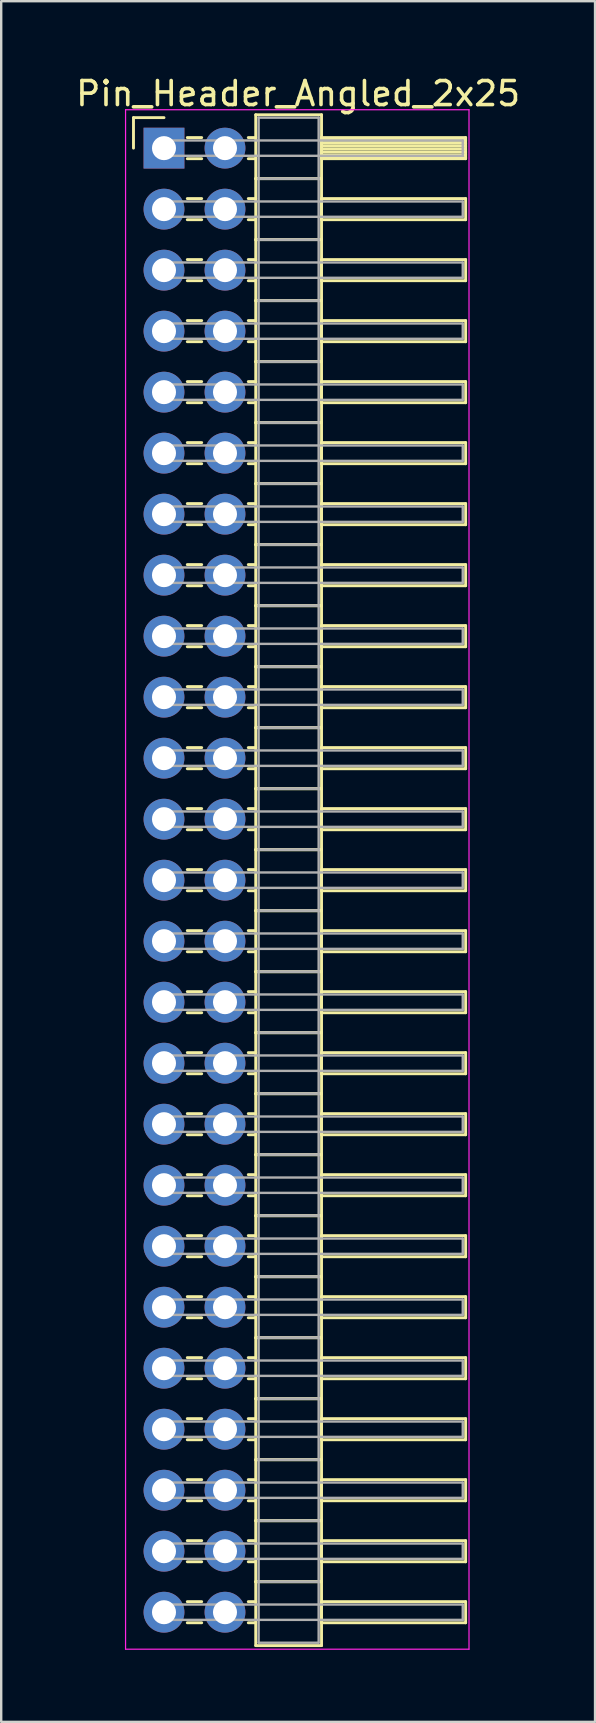
<source format=kicad_pcb>
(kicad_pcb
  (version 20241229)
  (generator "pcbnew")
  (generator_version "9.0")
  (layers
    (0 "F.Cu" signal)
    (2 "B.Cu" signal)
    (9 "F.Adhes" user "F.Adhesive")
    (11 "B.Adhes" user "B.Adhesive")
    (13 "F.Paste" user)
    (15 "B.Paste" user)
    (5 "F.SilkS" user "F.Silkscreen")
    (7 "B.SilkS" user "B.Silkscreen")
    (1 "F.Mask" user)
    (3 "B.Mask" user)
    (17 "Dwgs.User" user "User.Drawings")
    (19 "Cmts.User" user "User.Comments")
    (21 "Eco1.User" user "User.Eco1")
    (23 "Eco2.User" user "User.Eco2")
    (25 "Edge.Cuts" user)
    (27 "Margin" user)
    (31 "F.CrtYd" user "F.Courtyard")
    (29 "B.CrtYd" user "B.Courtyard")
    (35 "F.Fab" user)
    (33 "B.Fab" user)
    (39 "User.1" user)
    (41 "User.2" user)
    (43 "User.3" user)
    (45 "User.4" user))
  (footprint "Pin_Header_Angled_2x25"
    (layer "F.Cu")
    (at 3.778 3.118)
    (property "Reference" "Pin_Header_Angled_2x25" (at 5.585 -2.27 0) (layer "F.SilkS") (effects (font (size 1 1) (thickness 0.15))))
    (attr through_hole)
    (fp_line (start -1.27 -1.27) (end 0 -1.27) (stroke (width 0.12) (type solid)) (layer "F.SilkS"))
    (fp_line (start -1.27 0) (end -1.27 -1.27) (stroke (width 0.12) (type solid)) (layer "F.SilkS"))
    (fp_line (start 0.97 -0.44) (end 1.57 -0.44) (stroke (width 0.12) (type solid)) (layer "F.SilkS"))
    (fp_line (start 0.97 0.44) (end 1.57 0.44) (stroke (width 0.12) (type solid)) (layer "F.SilkS"))
    (fp_line (start 0.97 2.1) (end 1.57 2.1) (stroke (width 0.12) (type solid)) (layer "F.SilkS"))
    (fp_line (start 0.97 2.98) (end 1.57 2.98) (stroke (width 0.12) (type solid)) (layer "F.SilkS"))
    (fp_line (start 0.97 4.64) (end 1.57 4.64) (stroke (width 0.12) (type solid)) (layer "F.SilkS"))
    (fp_line (start 0.97 5.52) (end 1.57 5.52) (stroke (width 0.12) (type solid)) (layer "F.SilkS"))
    (fp_line (start 0.97 7.18) (end 1.57 7.18) (stroke (width 0.12) (type solid)) (layer "F.SilkS"))
    (fp_line (start 0.97 8.06) (end 1.57 8.06) (stroke (width 0.12) (type solid)) (layer "F.SilkS"))
    (fp_line (start 0.97 9.72) (end 1.57 9.72) (stroke (width 0.12) (type solid)) (layer "F.SilkS"))
    (fp_line (start 0.97 10.6) (end 1.57 10.6) (stroke (width 0.12) (type solid)) (layer "F.SilkS"))
    (fp_line (start 0.97 12.26) (end 1.57 12.26) (stroke (width 0.12) (type solid)) (layer "F.SilkS"))
    (fp_line (start 0.97 13.14) (end 1.57 13.14) (stroke (width 0.12) (type solid)) (layer "F.SilkS"))
    (fp_line (start 0.97 14.8) (end 1.57 14.8) (stroke (width 0.12) (type solid)) (layer "F.SilkS"))
    (fp_line (start 0.97 15.68) (end 1.57 15.68) (stroke (width 0.12) (type solid)) (layer "F.SilkS"))
    (fp_line (start 0.97 17.34) (end 1.57 17.34) (stroke (width 0.12) (type solid)) (layer "F.SilkS"))
    (fp_line (start 0.97 18.22) (end 1.57 18.22) (stroke (width 0.12) (type solid)) (layer "F.SilkS"))
    (fp_line (start 0.97 19.88) (end 1.57 19.88) (stroke (width 0.12) (type solid)) (layer "F.SilkS"))
    (fp_line (start 0.97 20.76) (end 1.57 20.76) (stroke (width 0.12) (type solid)) (layer "F.SilkS"))
    (fp_line (start 0.97 22.42) (end 1.57 22.42) (stroke (width 0.12) (type solid)) (layer "F.SilkS"))
    (fp_line (start 0.97 23.3) (end 1.57 23.3) (stroke (width 0.12) (type solid)) (layer "F.SilkS"))
    (fp_line (start 0.97 24.96) (end 1.57 24.96) (stroke (width 0.12) (type solid)) (layer "F.SilkS"))
    (fp_line (start 0.97 25.84) (end 1.57 25.84) (stroke (width 0.12) (type solid)) (layer "F.SilkS"))
    (fp_line (start 0.97 27.5) (end 1.57 27.5) (stroke (width 0.12) (type solid)) (layer "F.SilkS"))
    (fp_line (start 0.97 28.38) (end 1.57 28.38) (stroke (width 0.12) (type solid)) (layer "F.SilkS"))
    (fp_line (start 0.97 30.04) (end 1.57 30.04) (stroke (width 0.12) (type solid)) (layer "F.SilkS"))
    (fp_line (start 0.97 30.92) (end 1.57 30.92) (stroke (width 0.12) (type solid)) (layer "F.SilkS"))
    (fp_line (start 0.97 32.58) (end 1.57 32.58) (stroke (width 0.12) (type solid)) (layer "F.SilkS"))
    (fp_line (start 0.97 33.46) (end 1.57 33.46) (stroke (width 0.12) (type solid)) (layer "F.SilkS"))
    (fp_line (start 0.97 35.12) (end 1.57 35.12) (stroke (width 0.12) (type solid)) (layer "F.SilkS"))
    (fp_line (start 0.97 36) (end 1.57 36) (stroke (width 0.12) (type solid)) (layer "F.SilkS"))
    (fp_line (start 0.97 37.66) (end 1.57 37.66) (stroke (width 0.12) (type solid)) (layer "F.SilkS"))
    (fp_line (start 0.97 38.54) (end 1.57 38.54) (stroke (width 0.12) (type solid)) (layer "F.SilkS"))
    (fp_line (start 0.97 40.2) (end 1.57 40.2) (stroke (width 0.12) (type solid)) (layer "F.SilkS"))
    (fp_line (start 0.97 41.08) (end 1.57 41.08) (stroke (width 0.12) (type solid)) (layer "F.SilkS"))
    (fp_line (start 0.97 42.74) (end 1.57 42.74) (stroke (width 0.12) (type solid)) (layer "F.SilkS"))
    (fp_line (start 0.97 43.62) (end 1.57 43.62) (stroke (width 0.12) (type solid)) (layer "F.SilkS"))
    (fp_line (start 0.97 45.28) (end 1.57 45.28) (stroke (width 0.12) (type solid)) (layer "F.SilkS"))
    (fp_line (start 0.97 46.16) (end 1.57 46.16) (stroke (width 0.12) (type solid)) (layer "F.SilkS"))
    (fp_line (start 0.97 47.82) (end 1.57 47.82) (stroke (width 0.12) (type solid)) (layer "F.SilkS"))
    (fp_line (start 0.97 48.7) (end 1.57 48.7) (stroke (width 0.12) (type solid)) (layer "F.SilkS"))
    (fp_line (start 0.97 50.36) (end 1.57 50.36) (stroke (width 0.12) (type solid)) (layer "F.SilkS"))
    (fp_line (start 0.97 51.24) (end 1.57 51.24) (stroke (width 0.12) (type solid)) (layer "F.SilkS"))
    (fp_line (start 0.97 52.9) (end 1.57 52.9) (stroke (width 0.12) (type solid)) (layer "F.SilkS"))
    (fp_line (start 0.97 53.78) (end 1.57 53.78) (stroke (width 0.12) (type solid)) (layer "F.SilkS"))
    (fp_line (start 0.97 55.44) (end 1.57 55.44) (stroke (width 0.12) (type solid)) (layer "F.SilkS"))
    (fp_line (start 0.97 56.32) (end 1.57 56.32) (stroke (width 0.12) (type solid)) (layer "F.SilkS"))
    (fp_line (start 0.97 57.98) (end 1.57 57.98) (stroke (width 0.12) (type solid)) (layer "F.SilkS"))
    (fp_line (start 0.97 58.86) (end 1.57 58.86) (stroke (width 0.12) (type solid)) (layer "F.SilkS"))
    (fp_line (start 0.97 60.52) (end 1.57 60.52) (stroke (width 0.12) (type solid)) (layer "F.SilkS"))
    (fp_line (start 0.97 61.4) (end 1.57 61.4) (stroke (width 0.12) (type solid)) (layer "F.SilkS"))
    (fp_line (start 3.51 -0.44) (end 3.82 -0.44) (stroke (width 0.12) (type solid)) (layer "F.SilkS"))
    (fp_line (start 3.51 0.44) (end 3.82 0.44) (stroke (width 0.12) (type solid)) (layer "F.SilkS"))
    (fp_line (start 3.51 2.1) (end 3.82 2.1) (stroke (width 0.12) (type solid)) (layer "F.SilkS"))
    (fp_line (start 3.51 2.98) (end 3.82 2.98) (stroke (width 0.12) (type solid)) (layer "F.SilkS"))
    (fp_line (start 3.51 4.64) (end 3.82 4.64) (stroke (width 0.12) (type solid)) (layer "F.SilkS"))
    (fp_line (start 3.51 5.52) (end 3.82 5.52) (stroke (width 0.12) (type solid)) (layer "F.SilkS"))
    (fp_line (start 3.51 7.18) (end 3.82 7.18) (stroke (width 0.12) (type solid)) (layer "F.SilkS"))
    (fp_line (start 3.51 8.06) (end 3.82 8.06) (stroke (width 0.12) (type solid)) (layer "F.SilkS"))
    (fp_line (start 3.51 9.72) (end 3.82 9.72) (stroke (width 0.12) (type solid)) (layer "F.SilkS"))
    (fp_line (start 3.51 10.6) (end 3.82 10.6) (stroke (width 0.12) (type solid)) (layer "F.SilkS"))
    (fp_line (start 3.51 12.26) (end 3.82 12.26) (stroke (width 0.12) (type solid)) (layer "F.SilkS"))
    (fp_line (start 3.51 13.14) (end 3.82 13.14) (stroke (width 0.12) (type solid)) (layer "F.SilkS"))
    (fp_line (start 3.51 14.8) (end 3.82 14.8) (stroke (width 0.12) (type solid)) (layer "F.SilkS"))
    (fp_line (start 3.51 15.68) (end 3.82 15.68) (stroke (width 0.12) (type solid)) (layer "F.SilkS"))
    (fp_line (start 3.51 17.34) (end 3.82 17.34) (stroke (width 0.12) (type solid)) (layer "F.SilkS"))
    (fp_line (start 3.51 18.22) (end 3.82 18.22) (stroke (width 0.12) (type solid)) (layer "F.SilkS"))
    (fp_line (start 3.51 19.88) (end 3.82 19.88) (stroke (width 0.12) (type solid)) (layer "F.SilkS"))
    (fp_line (start 3.51 20.76) (end 3.82 20.76) (stroke (width 0.12) (type solid)) (layer "F.SilkS"))
    (fp_line (start 3.51 22.42) (end 3.82 22.42) (stroke (width 0.12) (type solid)) (layer "F.SilkS"))
    (fp_line (start 3.51 23.3) (end 3.82 23.3) (stroke (width 0.12) (type solid)) (layer "F.SilkS"))
    (fp_line (start 3.51 24.96) (end 3.82 24.96) (stroke (width 0.12) (type solid)) (layer "F.SilkS"))
    (fp_line (start 3.51 25.84) (end 3.82 25.84) (stroke (width 0.12) (type solid)) (layer "F.SilkS"))
    (fp_line (start 3.51 27.5) (end 3.82 27.5) (stroke (width 0.12) (type solid)) (layer "F.SilkS"))
    (fp_line (start 3.51 28.38) (end 3.82 28.38) (stroke (width 0.12) (type solid)) (layer "F.SilkS"))
    (fp_line (start 3.51 30.04) (end 3.82 30.04) (stroke (width 0.12) (type solid)) (layer "F.SilkS"))
    (fp_line (start 3.51 30.92) (end 3.82 30.92) (stroke (width 0.12) (type solid)) (layer "F.SilkS"))
    (fp_line (start 3.51 32.58) (end 3.82 32.58) (stroke (width 0.12) (type solid)) (layer "F.SilkS"))
    (fp_line (start 3.51 33.46) (end 3.82 33.46) (stroke (width 0.12) (type solid)) (layer "F.SilkS"))
    (fp_line (start 3.51 35.12) (end 3.82 35.12) (stroke (width 0.12) (type solid)) (layer "F.SilkS"))
    (fp_line (start 3.51 36) (end 3.82 36) (stroke (width 0.12) (type solid)) (layer "F.SilkS"))
    (fp_line (start 3.51 37.66) (end 3.82 37.66) (stroke (width 0.12) (type solid)) (layer "F.SilkS"))
    (fp_line (start 3.51 38.54) (end 3.82 38.54) (stroke (width 0.12) (type solid)) (layer "F.SilkS"))
    (fp_line (start 3.51 40.2) (end 3.82 40.2) (stroke (width 0.12) (type solid)) (layer "F.SilkS"))
    (fp_line (start 3.51 41.08) (end 3.82 41.08) (stroke (width 0.12) (type solid)) (layer "F.SilkS"))
    (fp_line (start 3.51 42.74) (end 3.82 42.74) (stroke (width 0.12) (type solid)) (layer "F.SilkS"))
    (fp_line (start 3.51 43.62) (end 3.82 43.62) (stroke (width 0.12) (type solid)) (layer "F.SilkS"))
    (fp_line (start 3.51 45.28) (end 3.82 45.28) (stroke (width 0.12) (type solid)) (layer "F.SilkS"))
    (fp_line (start 3.51 46.16) (end 3.82 46.16) (stroke (width 0.12) (type solid)) (layer "F.SilkS"))
    (fp_line (start 3.51 47.82) (end 3.82 47.82) (stroke (width 0.12) (type solid)) (layer "F.SilkS"))
    (fp_line (start 3.51 48.7) (end 3.82 48.7) (stroke (width 0.12) (type solid)) (layer "F.SilkS"))
    (fp_line (start 3.51 50.36) (end 3.82 50.36) (stroke (width 0.12) (type solid)) (layer "F.SilkS"))
    (fp_line (start 3.51 51.24) (end 3.82 51.24) (stroke (width 0.12) (type solid)) (layer "F.SilkS"))
    (fp_line (start 3.51 52.9) (end 3.82 52.9) (stroke (width 0.12) (type solid)) (layer "F.SilkS"))
    (fp_line (start 3.51 53.78) (end 3.82 53.78) (stroke (width 0.12) (type solid)) (layer "F.SilkS"))
    (fp_line (start 3.51 55.44) (end 3.82 55.44) (stroke (width 0.12) (type solid)) (layer "F.SilkS"))
    (fp_line (start 3.51 56.32) (end 3.82 56.32) (stroke (width 0.12) (type solid)) (layer "F.SilkS"))
    (fp_line (start 3.51 57.98) (end 3.82 57.98) (stroke (width 0.12) (type solid)) (layer "F.SilkS"))
    (fp_line (start 3.51 58.86) (end 3.82 58.86) (stroke (width 0.12) (type solid)) (layer "F.SilkS"))
    (fp_line (start 3.51 60.52) (end 3.82 60.52) (stroke (width 0.12) (type solid)) (layer "F.SilkS"))
    (fp_line (start 3.51 61.4) (end 3.82 61.4) (stroke (width 0.12) (type solid)) (layer "F.SilkS"))
    (fp_line (start 3.82 -1.39) (end 3.82 1.27) (stroke (width 0.12) (type solid)) (layer "F.SilkS"))
    (fp_line (start 3.82 1.27) (end 3.82 3.81) (stroke (width 0.12) (type solid)) (layer "F.SilkS"))
    (fp_line (start 3.82 1.27) (end 6.56 1.27) (stroke (width 0.12) (type solid)) (layer "F.SilkS"))
    (fp_line (start 3.82 3.81) (end 3.82 6.35) (stroke (width 0.12) (type solid)) (layer "F.SilkS"))
    (fp_line (start 3.82 3.81) (end 6.56 3.81) (stroke (width 0.12) (type solid)) (layer "F.SilkS"))
    (fp_line (start 3.82 6.35) (end 3.82 8.89) (stroke (width 0.12) (type solid)) (layer "F.SilkS"))
    (fp_line (start 3.82 6.35) (end 6.56 6.35) (stroke (width 0.12) (type solid)) (layer "F.SilkS"))
    (fp_line (start 3.82 8.89) (end 3.82 11.43) (stroke (width 0.12) (type solid)) (layer "F.SilkS"))
    (fp_line (start 3.82 8.89) (end 6.56 8.89) (stroke (width 0.12) (type solid)) (layer "F.SilkS"))
    (fp_line (start 3.82 11.43) (end 3.82 13.97) (stroke (width 0.12) (type solid)) (layer "F.SilkS"))
    (fp_line (start 3.82 11.43) (end 6.56 11.43) (stroke (width 0.12) (type solid)) (layer "F.SilkS"))
    (fp_line (start 3.82 13.97) (end 3.82 16.51) (stroke (width 0.12) (type solid)) (layer "F.SilkS"))
    (fp_line (start 3.82 13.97) (end 6.56 13.97) (stroke (width 0.12) (type solid)) (layer "F.SilkS"))
    (fp_line (start 3.82 16.51) (end 3.82 19.05) (stroke (width 0.12) (type solid)) (layer "F.SilkS"))
    (fp_line (start 3.82 16.51) (end 6.56 16.51) (stroke (width 0.12) (type solid)) (layer "F.SilkS"))
    (fp_line (start 3.82 19.05) (end 3.82 21.59) (stroke (width 0.12) (type solid)) (layer "F.SilkS"))
    (fp_line (start 3.82 19.05) (end 6.56 19.05) (stroke (width 0.12) (type solid)) (layer "F.SilkS"))
    (fp_line (start 3.82 21.59) (end 3.82 24.13) (stroke (width 0.12) (type solid)) (layer "F.SilkS"))
    (fp_line (start 3.82 21.59) (end 6.56 21.59) (stroke (width 0.12) (type solid)) (layer "F.SilkS"))
    (fp_line (start 3.82 24.13) (end 3.82 26.67) (stroke (width 0.12) (type solid)) (layer "F.SilkS"))
    (fp_line (start 3.82 24.13) (end 6.56 24.13) (stroke (width 0.12) (type solid)) (layer "F.SilkS"))
    (fp_line (start 3.82 26.67) (end 3.82 29.21) (stroke (width 0.12) (type solid)) (layer "F.SilkS"))
    (fp_line (start 3.82 26.67) (end 6.56 26.67) (stroke (width 0.12) (type solid)) (layer "F.SilkS"))
    (fp_line (start 3.82 29.21) (end 3.82 31.75) (stroke (width 0.12) (type solid)) (layer "F.SilkS"))
    (fp_line (start 3.82 29.21) (end 6.56 29.21) (stroke (width 0.12) (type solid)) (layer "F.SilkS"))
    (fp_line (start 3.82 31.75) (end 3.82 34.29) (stroke (width 0.12) (type solid)) (layer "F.SilkS"))
    (fp_line (start 3.82 31.75) (end 6.56 31.75) (stroke (width 0.12) (type solid)) (layer "F.SilkS"))
    (fp_line (start 3.82 34.29) (end 3.82 36.83) (stroke (width 0.12) (type solid)) (layer "F.SilkS"))
    (fp_line (start 3.82 34.29) (end 6.56 34.29) (stroke (width 0.12) (type solid)) (layer "F.SilkS"))
    (fp_line (start 3.82 36.83) (end 3.82 39.37) (stroke (width 0.12) (type solid)) (layer "F.SilkS"))
    (fp_line (start 3.82 36.83) (end 6.56 36.83) (stroke (width 0.12) (type solid)) (layer "F.SilkS"))
    (fp_line (start 3.82 39.37) (end 3.82 41.91) (stroke (width 0.12) (type solid)) (layer "F.SilkS"))
    (fp_line (start 3.82 39.37) (end 6.56 39.37) (stroke (width 0.12) (type solid)) (layer "F.SilkS"))
    (fp_line (start 3.82 41.91) (end 3.82 44.45) (stroke (width 0.12) (type solid)) (layer "F.SilkS"))
    (fp_line (start 3.82 41.91) (end 6.56 41.91) (stroke (width 0.12) (type solid)) (layer "F.SilkS"))
    (fp_line (start 3.82 44.45) (end 3.82 46.99) (stroke (width 0.12) (type solid)) (layer "F.SilkS"))
    (fp_line (start 3.82 44.45) (end 6.56 44.45) (stroke (width 0.12) (type solid)) (layer "F.SilkS"))
    (fp_line (start 3.82 46.99) (end 3.82 49.53) (stroke (width 0.12) (type solid)) (layer "F.SilkS"))
    (fp_line (start 3.82 46.99) (end 6.56 46.99) (stroke (width 0.12) (type solid)) (layer "F.SilkS"))
    (fp_line (start 3.82 49.53) (end 3.82 52.07) (stroke (width 0.12) (type solid)) (layer "F.SilkS"))
    (fp_line (start 3.82 49.53) (end 6.56 49.53) (stroke (width 0.12) (type solid)) (layer "F.SilkS"))
    (fp_line (start 3.82 52.07) (end 3.82 54.61) (stroke (width 0.12) (type solid)) (layer "F.SilkS"))
    (fp_line (start 3.82 52.07) (end 6.56 52.07) (stroke (width 0.12) (type solid)) (layer "F.SilkS"))
    (fp_line (start 3.82 54.61) (end 3.82 57.15) (stroke (width 0.12) (type solid)) (layer "F.SilkS"))
    (fp_line (start 3.82 54.61) (end 6.56 54.61) (stroke (width 0.12) (type solid)) (layer "F.SilkS"))
    (fp_line (start 3.82 57.15) (end 3.82 59.69) (stroke (width 0.12) (type solid)) (layer "F.SilkS"))
    (fp_line (start 3.82 57.15) (end 6.56 57.15) (stroke (width 0.12) (type solid)) (layer "F.SilkS"))
    (fp_line (start 3.82 59.69) (end 3.82 62.35) (stroke (width 0.12) (type solid)) (layer "F.SilkS"))
    (fp_line (start 3.82 59.69) (end 6.56 59.69) (stroke (width 0.12) (type solid)) (layer "F.SilkS"))
    (fp_line (start 3.82 62.35) (end 6.56 62.35) (stroke (width 0.12) (type solid)) (layer "F.SilkS"))
    (fp_line (start 6.56 -1.39) (end 3.82 -1.39) (stroke (width 0.12) (type solid)) (layer "F.SilkS"))
    (fp_line (start 6.56 -0.44) (end 6.56 0.44) (stroke (width 0.12) (type solid)) (layer "F.SilkS"))
    (fp_line (start 6.56 -0.32) (end 12.56 -0.32) (stroke (width 0.12) (type solid)) (layer "F.SilkS"))
    (fp_line (start 6.56 -0.2) (end 12.56 -0.2) (stroke (width 0.12) (type solid)) (layer "F.SilkS"))
    (fp_line (start 6.56 -0.08) (end 12.56 -0.08) (stroke (width 0.12) (type solid)) (layer "F.SilkS"))
    (fp_line (start 6.56 0.04) (end 12.56 0.04) (stroke (width 0.12) (type solid)) (layer "F.SilkS"))
    (fp_line (start 6.56 0.16) (end 12.56 0.16) (stroke (width 0.12) (type solid)) (layer "F.SilkS"))
    (fp_line (start 6.56 0.28) (end 12.56 0.28) (stroke (width 0.12) (type solid)) (layer "F.SilkS"))
    (fp_line (start 6.56 0.4) (end 12.56 0.4) (stroke (width 0.12) (type solid)) (layer "F.SilkS"))
    (fp_line (start 6.56 0.44) (end 12.56 0.44) (stroke (width 0.12) (type solid)) (layer "F.SilkS"))
    (fp_line (start 6.56 1.27) (end 3.82 1.27) (stroke (width 0.12) (type solid)) (layer "F.SilkS"))
    (fp_line (start 6.56 1.27) (end 6.56 -1.39) (stroke (width 0.12) (type solid)) (layer "F.SilkS"))
    (fp_line (start 6.56 2.1) (end 6.56 2.98) (stroke (width 0.12) (type solid)) (layer "F.SilkS"))
    (fp_line (start 6.56 2.98) (end 12.56 2.98) (stroke (width 0.12) (type solid)) (layer "F.SilkS"))
    (fp_line (start 6.56 3.81) (end 3.82 3.81) (stroke (width 0.12) (type solid)) (layer "F.SilkS"))
    (fp_line (start 6.56 3.81) (end 6.56 1.27) (stroke (width 0.12) (type solid)) (layer "F.SilkS"))
    (fp_line (start 6.56 4.64) (end 6.56 5.52) (stroke (width 0.12) (type solid)) (layer "F.SilkS"))
    (fp_line (start 6.56 5.52) (end 12.56 5.52) (stroke (width 0.12) (type solid)) (layer "F.SilkS"))
    (fp_line (start 6.56 6.35) (end 3.82 6.35) (stroke (width 0.12) (type solid)) (layer "F.SilkS"))
    (fp_line (start 6.56 6.35) (end 6.56 3.81) (stroke (width 0.12) (type solid)) (layer "F.SilkS"))
    (fp_line (start 6.56 7.18) (end 6.56 8.06) (stroke (width 0.12) (type solid)) (layer "F.SilkS"))
    (fp_line (start 6.56 8.06) (end 12.56 8.06) (stroke (width 0.12) (type solid)) (layer "F.SilkS"))
    (fp_line (start 6.56 8.89) (end 3.82 8.89) (stroke (width 0.12) (type solid)) (layer "F.SilkS"))
    (fp_line (start 6.56 8.89) (end 6.56 6.35) (stroke (width 0.12) (type solid)) (layer "F.SilkS"))
    (fp_line (start 6.56 9.72) (end 6.56 10.6) (stroke (width 0.12) (type solid)) (layer "F.SilkS"))
    (fp_line (start 6.56 10.6) (end 12.56 10.6) (stroke (width 0.12) (type solid)) (layer "F.SilkS"))
    (fp_line (start 6.56 11.43) (end 3.82 11.43) (stroke (width 0.12) (type solid)) (layer "F.SilkS"))
    (fp_line (start 6.56 11.43) (end 6.56 8.89) (stroke (width 0.12) (type solid)) (layer "F.SilkS"))
    (fp_line (start 6.56 12.26) (end 6.56 13.14) (stroke (width 0.12) (type solid)) (layer "F.SilkS"))
    (fp_line (start 6.56 13.14) (end 12.56 13.14) (stroke (width 0.12) (type solid)) (layer "F.SilkS"))
    (fp_line (start 6.56 13.97) (end 3.82 13.97) (stroke (width 0.12) (type solid)) (layer "F.SilkS"))
    (fp_line (start 6.56 13.97) (end 6.56 11.43) (stroke (width 0.12) (type solid)) (layer "F.SilkS"))
    (fp_line (start 6.56 14.8) (end 6.56 15.68) (stroke (width 0.12) (type solid)) (layer "F.SilkS"))
    (fp_line (start 6.56 15.68) (end 12.56 15.68) (stroke (width 0.12) (type solid)) (layer "F.SilkS"))
    (fp_line (start 6.56 16.51) (end 3.82 16.51) (stroke (width 0.12) (type solid)) (layer "F.SilkS"))
    (fp_line (start 6.56 16.51) (end 6.56 13.97) (stroke (width 0.12) (type solid)) (layer "F.SilkS"))
    (fp_line (start 6.56 17.34) (end 6.56 18.22) (stroke (width 0.12) (type solid)) (layer "F.SilkS"))
    (fp_line (start 6.56 18.22) (end 12.56 18.22) (stroke (width 0.12) (type solid)) (layer "F.SilkS"))
    (fp_line (start 6.56 19.05) (end 3.82 19.05) (stroke (width 0.12) (type solid)) (layer "F.SilkS"))
    (fp_line (start 6.56 19.05) (end 6.56 16.51) (stroke (width 0.12) (type solid)) (layer "F.SilkS"))
    (fp_line (start 6.56 19.88) (end 6.56 20.76) (stroke (width 0.12) (type solid)) (layer "F.SilkS"))
    (fp_line (start 6.56 20.76) (end 12.56 20.76) (stroke (width 0.12) (type solid)) (layer "F.SilkS"))
    (fp_line (start 6.56 21.59) (end 3.82 21.59) (stroke (width 0.12) (type solid)) (layer "F.SilkS"))
    (fp_line (start 6.56 21.59) (end 6.56 19.05) (stroke (width 0.12) (type solid)) (layer "F.SilkS"))
    (fp_line (start 6.56 22.42) (end 6.56 23.3) (stroke (width 0.12) (type solid)) (layer "F.SilkS"))
    (fp_line (start 6.56 23.3) (end 12.56 23.3) (stroke (width 0.12) (type solid)) (layer "F.SilkS"))
    (fp_line (start 6.56 24.13) (end 3.82 24.13) (stroke (width 0.12) (type solid)) (layer "F.SilkS"))
    (fp_line (start 6.56 24.13) (end 6.56 21.59) (stroke (width 0.12) (type solid)) (layer "F.SilkS"))
    (fp_line (start 6.56 24.96) (end 6.56 25.84) (stroke (width 0.12) (type solid)) (layer "F.SilkS"))
    (fp_line (start 6.56 25.84) (end 12.56 25.84) (stroke (width 0.12) (type solid)) (layer "F.SilkS"))
    (fp_line (start 6.56 26.67) (end 3.82 26.67) (stroke (width 0.12) (type solid)) (layer "F.SilkS"))
    (fp_line (start 6.56 26.67) (end 6.56 24.13) (stroke (width 0.12) (type solid)) (layer "F.SilkS"))
    (fp_line (start 6.56 27.5) (end 6.56 28.38) (stroke (width 0.12) (type solid)) (layer "F.SilkS"))
    (fp_line (start 6.56 28.38) (end 12.56 28.38) (stroke (width 0.12) (type solid)) (layer "F.SilkS"))
    (fp_line (start 6.56 29.21) (end 3.82 29.21) (stroke (width 0.12) (type solid)) (layer "F.SilkS"))
    (fp_line (start 6.56 29.21) (end 6.56 26.67) (stroke (width 0.12) (type solid)) (layer "F.SilkS"))
    (fp_line (start 6.56 30.04) (end 6.56 30.92) (stroke (width 0.12) (type solid)) (layer "F.SilkS"))
    (fp_line (start 6.56 30.92) (end 12.56 30.92) (stroke (width 0.12) (type solid)) (layer "F.SilkS"))
    (fp_line (start 6.56 31.75) (end 3.82 31.75) (stroke (width 0.12) (type solid)) (layer "F.SilkS"))
    (fp_line (start 6.56 31.75) (end 6.56 29.21) (stroke (width 0.12) (type solid)) (layer "F.SilkS"))
    (fp_line (start 6.56 32.58) (end 6.56 33.46) (stroke (width 0.12) (type solid)) (layer "F.SilkS"))
    (fp_line (start 6.56 33.46) (end 12.56 33.46) (stroke (width 0.12) (type solid)) (layer "F.SilkS"))
    (fp_line (start 6.56 34.29) (end 3.82 34.29) (stroke (width 0.12) (type solid)) (layer "F.SilkS"))
    (fp_line (start 6.56 34.29) (end 6.56 31.75) (stroke (width 0.12) (type solid)) (layer "F.SilkS"))
    (fp_line (start 6.56 35.12) (end 6.56 36) (stroke (width 0.12) (type solid)) (layer "F.SilkS"))
    (fp_line (start 6.56 36) (end 12.56 36) (stroke (width 0.12) (type solid)) (layer "F.SilkS"))
    (fp_line (start 6.56 36.83) (end 3.82 36.83) (stroke (width 0.12) (type solid)) (layer "F.SilkS"))
    (fp_line (start 6.56 36.83) (end 6.56 34.29) (stroke (width 0.12) (type solid)) (layer "F.SilkS"))
    (fp_line (start 6.56 37.66) (end 6.56 38.54) (stroke (width 0.12) (type solid)) (layer "F.SilkS"))
    (fp_line (start 6.56 38.54) (end 12.56 38.54) (stroke (width 0.12) (type solid)) (layer "F.SilkS"))
    (fp_line (start 6.56 39.37) (end 3.82 39.37) (stroke (width 0.12) (type solid)) (layer "F.SilkS"))
    (fp_line (start 6.56 39.37) (end 6.56 36.83) (stroke (width 0.12) (type solid)) (layer "F.SilkS"))
    (fp_line (start 6.56 40.2) (end 6.56 41.08) (stroke (width 0.12) (type solid)) (layer "F.SilkS"))
    (fp_line (start 6.56 41.08) (end 12.56 41.08) (stroke (width 0.12) (type solid)) (layer "F.SilkS"))
    (fp_line (start 6.56 41.91) (end 3.82 41.91) (stroke (width 0.12) (type solid)) (layer "F.SilkS"))
    (fp_line (start 6.56 41.91) (end 6.56 39.37) (stroke (width 0.12) (type solid)) (layer "F.SilkS"))
    (fp_line (start 6.56 42.74) (end 6.56 43.62) (stroke (width 0.12) (type solid)) (layer "F.SilkS"))
    (fp_line (start 6.56 43.62) (end 12.56 43.62) (stroke (width 0.12) (type solid)) (layer "F.SilkS"))
    (fp_line (start 6.56 44.45) (end 3.82 44.45) (stroke (width 0.12) (type solid)) (layer "F.SilkS"))
    (fp_line (start 6.56 44.45) (end 6.56 41.91) (stroke (width 0.12) (type solid)) (layer "F.SilkS"))
    (fp_line (start 6.56 45.28) (end 6.56 46.16) (stroke (width 0.12) (type solid)) (layer "F.SilkS"))
    (fp_line (start 6.56 46.16) (end 12.56 46.16) (stroke (width 0.12) (type solid)) (layer "F.SilkS"))
    (fp_line (start 6.56 46.99) (end 3.82 46.99) (stroke (width 0.12) (type solid)) (layer "F.SilkS"))
    (fp_line (start 6.56 46.99) (end 6.56 44.45) (stroke (width 0.12) (type solid)) (layer "F.SilkS"))
    (fp_line (start 6.56 47.82) (end 6.56 48.7) (stroke (width 0.12) (type solid)) (layer "F.SilkS"))
    (fp_line (start 6.56 48.7) (end 12.56 48.7) (stroke (width 0.12) (type solid)) (layer "F.SilkS"))
    (fp_line (start 6.56 49.53) (end 3.82 49.53) (stroke (width 0.12) (type solid)) (layer "F.SilkS"))
    (fp_line (start 6.56 49.53) (end 6.56 46.99) (stroke (width 0.12) (type solid)) (layer "F.SilkS"))
    (fp_line (start 6.56 50.36) (end 6.56 51.24) (stroke (width 0.12) (type solid)) (layer "F.SilkS"))
    (fp_line (start 6.56 51.24) (end 12.56 51.24) (stroke (width 0.12) (type solid)) (layer "F.SilkS"))
    (fp_line (start 6.56 52.07) (end 3.82 52.07) (stroke (width 0.12) (type solid)) (layer "F.SilkS"))
    (fp_line (start 6.56 52.07) (end 6.56 49.53) (stroke (width 0.12) (type solid)) (layer "F.SilkS"))
    (fp_line (start 6.56 52.9) (end 6.56 53.78) (stroke (width 0.12) (type solid)) (layer "F.SilkS"))
    (fp_line (start 6.56 53.78) (end 12.56 53.78) (stroke (width 0.12) (type solid)) (layer "F.SilkS"))
    (fp_line (start 6.56 54.61) (end 3.82 54.61) (stroke (width 0.12) (type solid)) (layer "F.SilkS"))
    (fp_line (start 6.56 54.61) (end 6.56 52.07) (stroke (width 0.12) (type solid)) (layer "F.SilkS"))
    (fp_line (start 6.56 55.44) (end 6.56 56.32) (stroke (width 0.12) (type solid)) (layer "F.SilkS"))
    (fp_line (start 6.56 56.32) (end 12.56 56.32) (stroke (width 0.12) (type solid)) (layer "F.SilkS"))
    (fp_line (start 6.56 57.15) (end 3.82 57.15) (stroke (width 0.12) (type solid)) (layer "F.SilkS"))
    (fp_line (start 6.56 57.15) (end 6.56 54.61) (stroke (width 0.12) (type solid)) (layer "F.SilkS"))
    (fp_line (start 6.56 57.98) (end 6.56 58.86) (stroke (width 0.12) (type solid)) (layer "F.SilkS"))
    (fp_line (start 6.56 58.86) (end 12.56 58.86) (stroke (width 0.12) (type solid)) (layer "F.SilkS"))
    (fp_line (start 6.56 59.69) (end 3.82 59.69) (stroke (width 0.12) (type solid)) (layer "F.SilkS"))
    (fp_line (start 6.56 59.69) (end 6.56 57.15) (stroke (width 0.12) (type solid)) (layer "F.SilkS"))
    (fp_line (start 6.56 60.52) (end 6.56 61.4) (stroke (width 0.12) (type solid)) (layer "F.SilkS"))
    (fp_line (start 6.56 61.4) (end 12.56 61.4) (stroke (width 0.12) (type solid)) (layer "F.SilkS"))
    (fp_line (start 6.56 62.35) (end 6.56 59.69) (stroke (width 0.12) (type solid)) (layer "F.SilkS"))
    (fp_line (start 12.56 -0.44) (end 6.56 -0.44) (stroke (width 0.12) (type solid)) (layer "F.SilkS"))
    (fp_line (start 12.56 0.44) (end 12.56 -0.44) (stroke (width 0.12) (type solid)) (layer "F.SilkS"))
    (fp_line (start 12.56 2.1) (end 6.56 2.1) (stroke (width 0.12) (type solid)) (layer "F.SilkS"))
    (fp_line (start 12.56 2.98) (end 12.56 2.1) (stroke (width 0.12) (type solid)) (layer "F.SilkS"))
    (fp_line (start 12.56 4.64) (end 6.56 4.64) (stroke (width 0.12) (type solid)) (layer "F.SilkS"))
    (fp_line (start 12.56 5.52) (end 12.56 4.64) (stroke (width 0.12) (type solid)) (layer "F.SilkS"))
    (fp_line (start 12.56 7.18) (end 6.56 7.18) (stroke (width 0.12) (type solid)) (layer "F.SilkS"))
    (fp_line (start 12.56 8.06) (end 12.56 7.18) (stroke (width 0.12) (type solid)) (layer "F.SilkS"))
    (fp_line (start 12.56 9.72) (end 6.56 9.72) (stroke (width 0.12) (type solid)) (layer "F.SilkS"))
    (fp_line (start 12.56 10.6) (end 12.56 9.72) (stroke (width 0.12) (type solid)) (layer "F.SilkS"))
    (fp_line (start 12.56 12.26) (end 6.56 12.26) (stroke (width 0.12) (type solid)) (layer "F.SilkS"))
    (fp_line (start 12.56 13.14) (end 12.56 12.26) (stroke (width 0.12) (type solid)) (layer "F.SilkS"))
    (fp_line (start 12.56 14.8) (end 6.56 14.8) (stroke (width 0.12) (type solid)) (layer "F.SilkS"))
    (fp_line (start 12.56 15.68) (end 12.56 14.8) (stroke (width 0.12) (type solid)) (layer "F.SilkS"))
    (fp_line (start 12.56 17.34) (end 6.56 17.34) (stroke (width 0.12) (type solid)) (layer "F.SilkS"))
    (fp_line (start 12.56 18.22) (end 12.56 17.34) (stroke (width 0.12) (type solid)) (layer "F.SilkS"))
    (fp_line (start 12.56 19.88) (end 6.56 19.88) (stroke (width 0.12) (type solid)) (layer "F.SilkS"))
    (fp_line (start 12.56 20.76) (end 12.56 19.88) (stroke (width 0.12) (type solid)) (layer "F.SilkS"))
    (fp_line (start 12.56 22.42) (end 6.56 22.42) (stroke (width 0.12) (type solid)) (layer "F.SilkS"))
    (fp_line (start 12.56 23.3) (end 12.56 22.42) (stroke (width 0.12) (type solid)) (layer "F.SilkS"))
    (fp_line (start 12.56 24.96) (end 6.56 24.96) (stroke (width 0.12) (type solid)) (layer "F.SilkS"))
    (fp_line (start 12.56 25.84) (end 12.56 24.96) (stroke (width 0.12) (type solid)) (layer "F.SilkS"))
    (fp_line (start 12.56 27.5) (end 6.56 27.5) (stroke (width 0.12) (type solid)) (layer "F.SilkS"))
    (fp_line (start 12.56 28.38) (end 12.56 27.5) (stroke (width 0.12) (type solid)) (layer "F.SilkS"))
    (fp_line (start 12.56 30.04) (end 6.56 30.04) (stroke (width 0.12) (type solid)) (layer "F.SilkS"))
    (fp_line (start 12.56 30.92) (end 12.56 30.04) (stroke (width 0.12) (type solid)) (layer "F.SilkS"))
    (fp_line (start 12.56 32.58) (end 6.56 32.58) (stroke (width 0.12) (type solid)) (layer "F.SilkS"))
    (fp_line (start 12.56 33.46) (end 12.56 32.58) (stroke (width 0.12) (type solid)) (layer "F.SilkS"))
    (fp_line (start 12.56 35.12) (end 6.56 35.12) (stroke (width 0.12) (type solid)) (layer "F.SilkS"))
    (fp_line (start 12.56 36) (end 12.56 35.12) (stroke (width 0.12) (type solid)) (layer "F.SilkS"))
    (fp_line (start 12.56 37.66) (end 6.56 37.66) (stroke (width 0.12) (type solid)) (layer "F.SilkS"))
    (fp_line (start 12.56 38.54) (end 12.56 37.66) (stroke (width 0.12) (type solid)) (layer "F.SilkS"))
    (fp_line (start 12.56 40.2) (end 6.56 40.2) (stroke (width 0.12) (type solid)) (layer "F.SilkS"))
    (fp_line (start 12.56 41.08) (end 12.56 40.2) (stroke (width 0.12) (type solid)) (layer "F.SilkS"))
    (fp_line (start 12.56 42.74) (end 6.56 42.74) (stroke (width 0.12) (type solid)) (layer "F.SilkS"))
    (fp_line (start 12.56 43.62) (end 12.56 42.74) (stroke (width 0.12) (type solid)) (layer "F.SilkS"))
    (fp_line (start 12.56 45.28) (end 6.56 45.28) (stroke (width 0.12) (type solid)) (layer "F.SilkS"))
    (fp_line (start 12.56 46.16) (end 12.56 45.28) (stroke (width 0.12) (type solid)) (layer "F.SilkS"))
    (fp_line (start 12.56 47.82) (end 6.56 47.82) (stroke (width 0.12) (type solid)) (layer "F.SilkS"))
    (fp_line (start 12.56 48.7) (end 12.56 47.82) (stroke (width 0.12) (type solid)) (layer "F.SilkS"))
    (fp_line (start 12.56 50.36) (end 6.56 50.36) (stroke (width 0.12) (type solid)) (layer "F.SilkS"))
    (fp_line (start 12.56 51.24) (end 12.56 50.36) (stroke (width 0.12) (type solid)) (layer "F.SilkS"))
    (fp_line (start 12.56 52.9) (end 6.56 52.9) (stroke (width 0.12) (type solid)) (layer "F.SilkS"))
    (fp_line (start 12.56 53.78) (end 12.56 52.9) (stroke (width 0.12) (type solid)) (layer "F.SilkS"))
    (fp_line (start 12.56 55.44) (end 6.56 55.44) (stroke (width 0.12) (type solid)) (layer "F.SilkS"))
    (fp_line (start 12.56 56.32) (end 12.56 55.44) (stroke (width 0.12) (type solid)) (layer "F.SilkS"))
    (fp_line (start 12.56 57.98) (end 6.56 57.98) (stroke (width 0.12) (type solid)) (layer "F.SilkS"))
    (fp_line (start 12.56 58.86) (end 12.56 57.98) (stroke (width 0.12) (type solid)) (layer "F.SilkS"))
    (fp_line (start 12.56 60.52) (end 6.56 60.52) (stroke (width 0.12) (type solid)) (layer "F.SilkS"))
    (fp_line (start 12.56 61.4) (end 12.56 60.52) (stroke (width 0.12) (type solid)) (layer "F.SilkS"))
    (fp_line (start -1.6 -1.6) (end -1.6 62.5) (stroke (width 0.05) (type solid)) (layer "F.CrtYd"))
    (fp_line (start -1.6 62.5) (end 12.7 62.5) (stroke (width 0.05) (type solid)) (layer "F.CrtYd"))
    (fp_line (start 12.7 -1.6) (end -1.6 -1.6) (stroke (width 0.05) (type solid)) (layer "F.CrtYd"))
    (fp_line (start 12.7 62.5) (end 12.7 -1.6) (stroke (width 0.05) (type solid)) (layer "F.CrtYd"))
    (fp_line (start 0 -0.32) (end 0 0.32) (stroke (width 0.1) (type solid)) (layer "F.Fab"))
    (fp_line (start 0 0.32) (end 12.44 0.32) (stroke (width 0.1) (type solid)) (layer "F.Fab"))
    (fp_line (start 0 2.22) (end 0 2.86) (stroke (width 0.1) (type solid)) (layer "F.Fab"))
    (fp_line (start 0 2.86) (end 12.44 2.86) (stroke (width 0.1) (type solid)) (layer "F.Fab"))
    (fp_line (start 0 4.76) (end 0 5.4) (stroke (width 0.1) (type solid)) (layer "F.Fab"))
    (fp_line (start 0 5.4) (end 12.44 5.4) (stroke (width 0.1) (type solid)) (layer "F.Fab"))
    (fp_line (start 0 7.3) (end 0 7.94) (stroke (width 0.1) (type solid)) (layer "F.Fab"))
    (fp_line (start 0 7.94) (end 12.44 7.94) (stroke (width 0.1) (type solid)) (layer "F.Fab"))
    (fp_line (start 0 9.84) (end 0 10.48) (stroke (width 0.1) (type solid)) (layer "F.Fab"))
    (fp_line (start 0 10.48) (end 12.44 10.48) (stroke (width 0.1) (type solid)) (layer "F.Fab"))
    (fp_line (start 0 12.38) (end 0 13.02) (stroke (width 0.1) (type solid)) (layer "F.Fab"))
    (fp_line (start 0 13.02) (end 12.44 13.02) (stroke (width 0.1) (type solid)) (layer "F.Fab"))
    (fp_line (start 0 14.92) (end 0 15.56) (stroke (width 0.1) (type solid)) (layer "F.Fab"))
    (fp_line (start 0 15.56) (end 12.44 15.56) (stroke (width 0.1) (type solid)) (layer "F.Fab"))
    (fp_line (start 0 17.46) (end 0 18.1) (stroke (width 0.1) (type solid)) (layer "F.Fab"))
    (fp_line (start 0 18.1) (end 12.44 18.1) (stroke (width 0.1) (type solid)) (layer "F.Fab"))
    (fp_line (start 0 20) (end 0 20.64) (stroke (width 0.1) (type solid)) (layer "F.Fab"))
    (fp_line (start 0 20.64) (end 12.44 20.64) (stroke (width 0.1) (type solid)) (layer "F.Fab"))
    (fp_line (start 0 22.54) (end 0 23.18) (stroke (width 0.1) (type solid)) (layer "F.Fab"))
    (fp_line (start 0 23.18) (end 12.44 23.18) (stroke (width 0.1) (type solid)) (layer "F.Fab"))
    (fp_line (start 0 25.08) (end 0 25.72) (stroke (width 0.1) (type solid)) (layer "F.Fab"))
    (fp_line (start 0 25.72) (end 12.44 25.72) (stroke (width 0.1) (type solid)) (layer "F.Fab"))
    (fp_line (start 0 27.62) (end 0 28.26) (stroke (width 0.1) (type solid)) (layer "F.Fab"))
    (fp_line (start 0 28.26) (end 12.44 28.26) (stroke (width 0.1) (type solid)) (layer "F.Fab"))
    (fp_line (start 0 30.16) (end 0 30.8) (stroke (width 0.1) (type solid)) (layer "F.Fab"))
    (fp_line (start 0 30.8) (end 12.44 30.8) (stroke (width 0.1) (type solid)) (layer "F.Fab"))
    (fp_line (start 0 32.7) (end 0 33.34) (stroke (width 0.1) (type solid)) (layer "F.Fab"))
    (fp_line (start 0 33.34) (end 12.44 33.34) (stroke (width 0.1) (type solid)) (layer "F.Fab"))
    (fp_line (start 0 35.24) (end 0 35.88) (stroke (width 0.1) (type solid)) (layer "F.Fab"))
    (fp_line (start 0 35.88) (end 12.44 35.88) (stroke (width 0.1) (type solid)) (layer "F.Fab"))
    (fp_line (start 0 37.78) (end 0 38.42) (stroke (width 0.1) (type solid)) (layer "F.Fab"))
    (fp_line (start 0 38.42) (end 12.44 38.42) (stroke (width 0.1) (type solid)) (layer "F.Fab"))
    (fp_line (start 0 40.32) (end 0 40.96) (stroke (width 0.1) (type solid)) (layer "F.Fab"))
    (fp_line (start 0 40.96) (end 12.44 40.96) (stroke (width 0.1) (type solid)) (layer "F.Fab"))
    (fp_line (start 0 42.86) (end 0 43.5) (stroke (width 0.1) (type solid)) (layer "F.Fab"))
    (fp_line (start 0 43.5) (end 12.44 43.5) (stroke (width 0.1) (type solid)) (layer "F.Fab"))
    (fp_line (start 0 45.4) (end 0 46.04) (stroke (width 0.1) (type solid)) (layer "F.Fab"))
    (fp_line (start 0 46.04) (end 12.44 46.04) (stroke (width 0.1) (type solid)) (layer "F.Fab"))
    (fp_line (start 0 47.94) (end 0 48.58) (stroke (width 0.1) (type solid)) (layer "F.Fab"))
    (fp_line (start 0 48.58) (end 12.44 48.58) (stroke (width 0.1) (type solid)) (layer "F.Fab"))
    (fp_line (start 0 50.48) (end 0 51.12) (stroke (width 0.1) (type solid)) (layer "F.Fab"))
    (fp_line (start 0 51.12) (end 12.44 51.12) (stroke (width 0.1) (type solid)) (layer "F.Fab"))
    (fp_line (start 0 53.02) (end 0 53.66) (stroke (width 0.1) (type solid)) (layer "F.Fab"))
    (fp_line (start 0 53.66) (end 12.44 53.66) (stroke (width 0.1) (type solid)) (layer "F.Fab"))
    (fp_line (start 0 55.56) (end 0 56.2) (stroke (width 0.1) (type solid)) (layer "F.Fab"))
    (fp_line (start 0 56.2) (end 12.44 56.2) (stroke (width 0.1) (type solid)) (layer "F.Fab"))
    (fp_line (start 0 58.1) (end 0 58.74) (stroke (width 0.1) (type solid)) (layer "F.Fab"))
    (fp_line (start 0 58.74) (end 12.44 58.74) (stroke (width 0.1) (type solid)) (layer "F.Fab"))
    (fp_line (start 0 60.64) (end 0 61.28) (stroke (width 0.1) (type solid)) (layer "F.Fab"))
    (fp_line (start 0 61.28) (end 12.44 61.28) (stroke (width 0.1) (type solid)) (layer "F.Fab"))
    (fp_line (start 3.94 -1.27) (end 3.94 1.27) (stroke (width 0.1) (type solid)) (layer "F.Fab"))
    (fp_line (start 3.94 1.27) (end 3.94 3.81) (stroke (width 0.1) (type solid)) (layer "F.Fab"))
    (fp_line (start 3.94 1.27) (end 6.44 1.27) (stroke (width 0.1) (type solid)) (layer "F.Fab"))
    (fp_line (start 3.94 3.81) (end 3.94 6.35) (stroke (width 0.1) (type solid)) (layer "F.Fab"))
    (fp_line (start 3.94 3.81) (end 6.44 3.81) (stroke (width 0.1) (type solid)) (layer "F.Fab"))
    (fp_line (start 3.94 6.35) (end 3.94 8.89) (stroke (width 0.1) (type solid)) (layer "F.Fab"))
    (fp_line (start 3.94 6.35) (end 6.44 6.35) (stroke (width 0.1) (type solid)) (layer "F.Fab"))
    (fp_line (start 3.94 8.89) (end 3.94 11.43) (stroke (width 0.1) (type solid)) (layer "F.Fab"))
    (fp_line (start 3.94 8.89) (end 6.44 8.89) (stroke (width 0.1) (type solid)) (layer "F.Fab"))
    (fp_line (start 3.94 11.43) (end 3.94 13.97) (stroke (width 0.1) (type solid)) (layer "F.Fab"))
    (fp_line (start 3.94 11.43) (end 6.44 11.43) (stroke (width 0.1) (type solid)) (layer "F.Fab"))
    (fp_line (start 3.94 13.97) (end 3.94 16.51) (stroke (width 0.1) (type solid)) (layer "F.Fab"))
    (fp_line (start 3.94 13.97) (end 6.44 13.97) (stroke (width 0.1) (type solid)) (layer "F.Fab"))
    (fp_line (start 3.94 16.51) (end 3.94 19.05) (stroke (width 0.1) (type solid)) (layer "F.Fab"))
    (fp_line (start 3.94 16.51) (end 6.44 16.51) (stroke (width 0.1) (type solid)) (layer "F.Fab"))
    (fp_line (start 3.94 19.05) (end 3.94 21.59) (stroke (width 0.1) (type solid)) (layer "F.Fab"))
    (fp_line (start 3.94 19.05) (end 6.44 19.05) (stroke (width 0.1) (type solid)) (layer "F.Fab"))
    (fp_line (start 3.94 21.59) (end 3.94 24.13) (stroke (width 0.1) (type solid)) (layer "F.Fab"))
    (fp_line (start 3.94 21.59) (end 6.44 21.59) (stroke (width 0.1) (type solid)) (layer "F.Fab"))
    (fp_line (start 3.94 24.13) (end 3.94 26.67) (stroke (width 0.1) (type solid)) (layer "F.Fab"))
    (fp_line (start 3.94 24.13) (end 6.44 24.13) (stroke (width 0.1) (type solid)) (layer "F.Fab"))
    (fp_line (start 3.94 26.67) (end 3.94 29.21) (stroke (width 0.1) (type solid)) (layer "F.Fab"))
    (fp_line (start 3.94 26.67) (end 6.44 26.67) (stroke (width 0.1) (type solid)) (layer "F.Fab"))
    (fp_line (start 3.94 29.21) (end 3.94 31.75) (stroke (width 0.1) (type solid)) (layer "F.Fab"))
    (fp_line (start 3.94 29.21) (end 6.44 29.21) (stroke (width 0.1) (type solid)) (layer "F.Fab"))
    (fp_line (start 3.94 31.75) (end 3.94 34.29) (stroke (width 0.1) (type solid)) (layer "F.Fab"))
    (fp_line (start 3.94 31.75) (end 6.44 31.75) (stroke (width 0.1) (type solid)) (layer "F.Fab"))
    (fp_line (start 3.94 34.29) (end 3.94 36.83) (stroke (width 0.1) (type solid)) (layer "F.Fab"))
    (fp_line (start 3.94 34.29) (end 6.44 34.29) (stroke (width 0.1) (type solid)) (layer "F.Fab"))
    (fp_line (start 3.94 36.83) (end 3.94 39.37) (stroke (width 0.1) (type solid)) (layer "F.Fab"))
    (fp_line (start 3.94 36.83) (end 6.44 36.83) (stroke (width 0.1) (type solid)) (layer "F.Fab"))
    (fp_line (start 3.94 39.37) (end 3.94 41.91) (stroke (width 0.1) (type solid)) (layer "F.Fab"))
    (fp_line (start 3.94 39.37) (end 6.44 39.37) (stroke (width 0.1) (type solid)) (layer "F.Fab"))
    (fp_line (start 3.94 41.91) (end 3.94 44.45) (stroke (width 0.1) (type solid)) (layer "F.Fab"))
    (fp_line (start 3.94 41.91) (end 6.44 41.91) (stroke (width 0.1) (type solid)) (layer "F.Fab"))
    (fp_line (start 3.94 44.45) (end 3.94 46.99) (stroke (width 0.1) (type solid)) (layer "F.Fab"))
    (fp_line (start 3.94 44.45) (end 6.44 44.45) (stroke (width 0.1) (type solid)) (layer "F.Fab"))
    (fp_line (start 3.94 46.99) (end 3.94 49.53) (stroke (width 0.1) (type solid)) (layer "F.Fab"))
    (fp_line (start 3.94 46.99) (end 6.44 46.99) (stroke (width 0.1) (type solid)) (layer "F.Fab"))
    (fp_line (start 3.94 49.53) (end 3.94 52.07) (stroke (width 0.1) (type solid)) (layer "F.Fab"))
    (fp_line (start 3.94 49.53) (end 6.44 49.53) (stroke (width 0.1) (type solid)) (layer "F.Fab"))
    (fp_line (start 3.94 52.07) (end 3.94 54.61) (stroke (width 0.1) (type solid)) (layer "F.Fab"))
    (fp_line (start 3.94 52.07) (end 6.44 52.07) (stroke (width 0.1) (type solid)) (layer "F.Fab"))
    (fp_line (start 3.94 54.61) (end 3.94 57.15) (stroke (width 0.1) (type solid)) (layer "F.Fab"))
    (fp_line (start 3.94 54.61) (end 6.44 54.61) (stroke (width 0.1) (type solid)) (layer "F.Fab"))
    (fp_line (start 3.94 57.15) (end 3.94 59.69) (stroke (width 0.1) (type solid)) (layer "F.Fab"))
    (fp_line (start 3.94 57.15) (end 6.44 57.15) (stroke (width 0.1) (type solid)) (layer "F.Fab"))
    (fp_line (start 3.94 59.69) (end 3.94 62.23) (stroke (width 0.1) (type solid)) (layer "F.Fab"))
    (fp_line (start 3.94 59.69) (end 6.44 59.69) (stroke (width 0.1) (type solid)) (layer "F.Fab"))
    (fp_line (start 3.94 62.23) (end 6.44 62.23) (stroke (width 0.1) (type solid)) (layer "F.Fab"))
    (fp_line (start 6.44 -1.27) (end 3.94 -1.27) (stroke (width 0.1) (type solid)) (layer "F.Fab"))
    (fp_line (start 6.44 1.27) (end 3.94 1.27) (stroke (width 0.1) (type solid)) (layer "F.Fab"))
    (fp_line (start 6.44 1.27) (end 6.44 -1.27) (stroke (width 0.1) (type solid)) (layer "F.Fab"))
    (fp_line (start 6.44 3.81) (end 3.94 3.81) (stroke (width 0.1) (type solid)) (layer "F.Fab"))
    (fp_line (start 6.44 3.81) (end 6.44 1.27) (stroke (width 0.1) (type solid)) (layer "F.Fab"))
    (fp_line (start 6.44 6.35) (end 3.94 6.35) (stroke (width 0.1) (type solid)) (layer "F.Fab"))
    (fp_line (start 6.44 6.35) (end 6.44 3.81) (stroke (width 0.1) (type solid)) (layer "F.Fab"))
    (fp_line (start 6.44 8.89) (end 3.94 8.89) (stroke (width 0.1) (type solid)) (layer "F.Fab"))
    (fp_line (start 6.44 8.89) (end 6.44 6.35) (stroke (width 0.1) (type solid)) (layer "F.Fab"))
    (fp_line (start 6.44 11.43) (end 3.94 11.43) (stroke (width 0.1) (type solid)) (layer "F.Fab"))
    (fp_line (start 6.44 11.43) (end 6.44 8.89) (stroke (width 0.1) (type solid)) (layer "F.Fab"))
    (fp_line (start 6.44 13.97) (end 3.94 13.97) (stroke (width 0.1) (type solid)) (layer "F.Fab"))
    (fp_line (start 6.44 13.97) (end 6.44 11.43) (stroke (width 0.1) (type solid)) (layer "F.Fab"))
    (fp_line (start 6.44 16.51) (end 3.94 16.51) (stroke (width 0.1) (type solid)) (layer "F.Fab"))
    (fp_line (start 6.44 16.51) (end 6.44 13.97) (stroke (width 0.1) (type solid)) (layer "F.Fab"))
    (fp_line (start 6.44 19.05) (end 3.94 19.05) (stroke (width 0.1) (type solid)) (layer "F.Fab"))
    (fp_line (start 6.44 19.05) (end 6.44 16.51) (stroke (width 0.1) (type solid)) (layer "F.Fab"))
    (fp_line (start 6.44 21.59) (end 3.94 21.59) (stroke (width 0.1) (type solid)) (layer "F.Fab"))
    (fp_line (start 6.44 21.59) (end 6.44 19.05) (stroke (width 0.1) (type solid)) (layer "F.Fab"))
    (fp_line (start 6.44 24.13) (end 3.94 24.13) (stroke (width 0.1) (type solid)) (layer "F.Fab"))
    (fp_line (start 6.44 24.13) (end 6.44 21.59) (stroke (width 0.1) (type solid)) (layer "F.Fab"))
    (fp_line (start 6.44 26.67) (end 3.94 26.67) (stroke (width 0.1) (type solid)) (layer "F.Fab"))
    (fp_line (start 6.44 26.67) (end 6.44 24.13) (stroke (width 0.1) (type solid)) (layer "F.Fab"))
    (fp_line (start 6.44 29.21) (end 3.94 29.21) (stroke (width 0.1) (type solid)) (layer "F.Fab"))
    (fp_line (start 6.44 29.21) (end 6.44 26.67) (stroke (width 0.1) (type solid)) (layer "F.Fab"))
    (fp_line (start 6.44 31.75) (end 3.94 31.75) (stroke (width 0.1) (type solid)) (layer "F.Fab"))
    (fp_line (start 6.44 31.75) (end 6.44 29.21) (stroke (width 0.1) (type solid)) (layer "F.Fab"))
    (fp_line (start 6.44 34.29) (end 3.94 34.29) (stroke (width 0.1) (type solid)) (layer "F.Fab"))
    (fp_line (start 6.44 34.29) (end 6.44 31.75) (stroke (width 0.1) (type solid)) (layer "F.Fab"))
    (fp_line (start 6.44 36.83) (end 3.94 36.83) (stroke (width 0.1) (type solid)) (layer "F.Fab"))
    (fp_line (start 6.44 36.83) (end 6.44 34.29) (stroke (width 0.1) (type solid)) (layer "F.Fab"))
    (fp_line (start 6.44 39.37) (end 3.94 39.37) (stroke (width 0.1) (type solid)) (layer "F.Fab"))
    (fp_line (start 6.44 39.37) (end 6.44 36.83) (stroke (width 0.1) (type solid)) (layer "F.Fab"))
    (fp_line (start 6.44 41.91) (end 3.94 41.91) (stroke (width 0.1) (type solid)) (layer "F.Fab"))
    (fp_line (start 6.44 41.91) (end 6.44 39.37) (stroke (width 0.1) (type solid)) (layer "F.Fab"))
    (fp_line (start 6.44 44.45) (end 3.94 44.45) (stroke (width 0.1) (type solid)) (layer "F.Fab"))
    (fp_line (start 6.44 44.45) (end 6.44 41.91) (stroke (width 0.1) (type solid)) (layer "F.Fab"))
    (fp_line (start 6.44 46.99) (end 3.94 46.99) (stroke (width 0.1) (type solid)) (layer "F.Fab"))
    (fp_line (start 6.44 46.99) (end 6.44 44.45) (stroke (width 0.1) (type solid)) (layer "F.Fab"))
    (fp_line (start 6.44 49.53) (end 3.94 49.53) (stroke (width 0.1) (type solid)) (layer "F.Fab"))
    (fp_line (start 6.44 49.53) (end 6.44 46.99) (stroke (width 0.1) (type solid)) (layer "F.Fab"))
    (fp_line (start 6.44 52.07) (end 3.94 52.07) (stroke (width 0.1) (type solid)) (layer "F.Fab"))
    (fp_line (start 6.44 52.07) (end 6.44 49.53) (stroke (width 0.1) (type solid)) (layer "F.Fab"))
    (fp_line (start 6.44 54.61) (end 3.94 54.61) (stroke (width 0.1) (type solid)) (layer "F.Fab"))
    (fp_line (start 6.44 54.61) (end 6.44 52.07) (stroke (width 0.1) (type solid)) (layer "F.Fab"))
    (fp_line (start 6.44 57.15) (end 3.94 57.15) (stroke (width 0.1) (type solid)) (layer "F.Fab"))
    (fp_line (start 6.44 57.15) (end 6.44 54.61) (stroke (width 0.1) (type solid)) (layer "F.Fab"))
    (fp_line (start 6.44 59.69) (end 3.94 59.69) (stroke (width 0.1) (type solid)) (layer "F.Fab"))
    (fp_line (start 6.44 59.69) (end 6.44 57.15) (stroke (width 0.1) (type solid)) (layer "F.Fab"))
    (fp_line (start 6.44 62.23) (end 6.44 59.69) (stroke (width 0.1) (type solid)) (layer "F.Fab"))
    (fp_line (start 12.44 -0.32) (end 0 -0.32) (stroke (width 0.1) (type solid)) (layer "F.Fab"))
    (fp_line (start 12.44 0.32) (end 12.44 -0.32) (stroke (width 0.1) (type solid)) (layer "F.Fab"))
    (fp_line (start 12.44 2.22) (end 0 2.22) (stroke (width 0.1) (type solid)) (layer "F.Fab"))
    (fp_line (start 12.44 2.86) (end 12.44 2.22) (stroke (width 0.1) (type solid)) (layer "F.Fab"))
    (fp_line (start 12.44 4.76) (end 0 4.76) (stroke (width 0.1) (type solid)) (layer "F.Fab"))
    (fp_line (start 12.44 5.4) (end 12.44 4.76) (stroke (width 0.1) (type solid)) (layer "F.Fab"))
    (fp_line (start 12.44 7.3) (end 0 7.3) (stroke (width 0.1) (type solid)) (layer "F.Fab"))
    (fp_line (start 12.44 7.94) (end 12.44 7.3) (stroke (width 0.1) (type solid)) (layer "F.Fab"))
    (fp_line (start 12.44 9.84) (end 0 9.84) (stroke (width 0.1) (type solid)) (layer "F.Fab"))
    (fp_line (start 12.44 10.48) (end 12.44 9.84) (stroke (width 0.1) (type solid)) (layer "F.Fab"))
    (fp_line (start 12.44 12.38) (end 0 12.38) (stroke (width 0.1) (type solid)) (layer "F.Fab"))
    (fp_line (start 12.44 13.02) (end 12.44 12.38) (stroke (width 0.1) (type solid)) (layer "F.Fab"))
    (fp_line (start 12.44 14.92) (end 0 14.92) (stroke (width 0.1) (type solid)) (layer "F.Fab"))
    (fp_line (start 12.44 15.56) (end 12.44 14.92) (stroke (width 0.1) (type solid)) (layer "F.Fab"))
    (fp_line (start 12.44 17.46) (end 0 17.46) (stroke (width 0.1) (type solid)) (layer "F.Fab"))
    (fp_line (start 12.44 18.1) (end 12.44 17.46) (stroke (width 0.1) (type solid)) (layer "F.Fab"))
    (fp_line (start 12.44 20) (end 0 20) (stroke (width 0.1) (type solid)) (layer "F.Fab"))
    (fp_line (start 12.44 20.64) (end 12.44 20) (stroke (width 0.1) (type solid)) (layer "F.Fab"))
    (fp_line (start 12.44 22.54) (end 0 22.54) (stroke (width 0.1) (type solid)) (layer "F.Fab"))
    (fp_line (start 12.44 23.18) (end 12.44 22.54) (stroke (width 0.1) (type solid)) (layer "F.Fab"))
    (fp_line (start 12.44 25.08) (end 0 25.08) (stroke (width 0.1) (type solid)) (layer "F.Fab"))
    (fp_line (start 12.44 25.72) (end 12.44 25.08) (stroke (width 0.1) (type solid)) (layer "F.Fab"))
    (fp_line (start 12.44 27.62) (end 0 27.62) (stroke (width 0.1) (type solid)) (layer "F.Fab"))
    (fp_line (start 12.44 28.26) (end 12.44 27.62) (stroke (width 0.1) (type solid)) (layer "F.Fab"))
    (fp_line (start 12.44 30.16) (end 0 30.16) (stroke (width 0.1) (type solid)) (layer "F.Fab"))
    (fp_line (start 12.44 30.8) (end 12.44 30.16) (stroke (width 0.1) (type solid)) (layer "F.Fab"))
    (fp_line (start 12.44 32.7) (end 0 32.7) (stroke (width 0.1) (type solid)) (layer "F.Fab"))
    (fp_line (start 12.44 33.34) (end 12.44 32.7) (stroke (width 0.1) (type solid)) (layer "F.Fab"))
    (fp_line (start 12.44 35.24) (end 0 35.24) (stroke (width 0.1) (type solid)) (layer "F.Fab"))
    (fp_line (start 12.44 35.88) (end 12.44 35.24) (stroke (width 0.1) (type solid)) (layer "F.Fab"))
    (fp_line (start 12.44 37.78) (end 0 37.78) (stroke (width 0.1) (type solid)) (layer "F.Fab"))
    (fp_line (start 12.44 38.42) (end 12.44 37.78) (stroke (width 0.1) (type solid)) (layer "F.Fab"))
    (fp_line (start 12.44 40.32) (end 0 40.32) (stroke (width 0.1) (type solid)) (layer "F.Fab"))
    (fp_line (start 12.44 40.96) (end 12.44 40.32) (stroke (width 0.1) (type solid)) (layer "F.Fab"))
    (fp_line (start 12.44 42.86) (end 0 42.86) (stroke (width 0.1) (type solid)) (layer "F.Fab"))
    (fp_line (start 12.44 43.5) (end 12.44 42.86) (stroke (width 0.1) (type solid)) (layer "F.Fab"))
    (fp_line (start 12.44 45.4) (end 0 45.4) (stroke (width 0.1) (type solid)) (layer "F.Fab"))
    (fp_line (start 12.44 46.04) (end 12.44 45.4) (stroke (width 0.1) (type solid)) (layer "F.Fab"))
    (fp_line (start 12.44 47.94) (end 0 47.94) (stroke (width 0.1) (type solid)) (layer "F.Fab"))
    (fp_line (start 12.44 48.58) (end 12.44 47.94) (stroke (width 0.1) (type solid)) (layer "F.Fab"))
    (fp_line (start 12.44 50.48) (end 0 50.48) (stroke (width 0.1) (type solid)) (layer "F.Fab"))
    (fp_line (start 12.44 51.12) (end 12.44 50.48) (stroke (width 0.1) (type solid)) (layer "F.Fab"))
    (fp_line (start 12.44 53.02) (end 0 53.02) (stroke (width 0.1) (type solid)) (layer "F.Fab"))
    (fp_line (start 12.44 53.66) (end 12.44 53.02) (stroke (width 0.1) (type solid)) (layer "F.Fab"))
    (fp_line (start 12.44 55.56) (end 0 55.56) (stroke (width 0.1) (type solid)) (layer "F.Fab"))
    (fp_line (start 12.44 56.2) (end 12.44 55.56) (stroke (width 0.1) (type solid)) (layer "F.Fab"))
    (fp_line (start 12.44 58.1) (end 0 58.1) (stroke (width 0.1) (type solid)) (layer "F.Fab"))
    (fp_line (start 12.44 58.74) (end 12.44 58.1) (stroke (width 0.1) (type solid)) (layer "F.Fab"))
    (fp_line (start 12.44 60.64) (end 0 60.64) (stroke (width 0.1) (type solid)) (layer "F.Fab"))
    (fp_line (start 12.44 61.28) (end 12.44 60.64) (stroke (width 0.1) (type solid)) (layer "F.Fab"))
    (pad "1" thru_hole rect (at 0 0) (size 1.7 1.7) (drill 1) (layers "*.Cu" "*.Mask"))
    (pad "2" thru_hole oval (at 2.54 0) (size 1.7 1.7) (drill 1) (layers "*.Cu" "*.Mask"))
    (pad "3" thru_hole oval (at 0 2.54) (size 1.7 1.7) (drill 1) (layers "*.Cu" "*.Mask"))
    (pad "4" thru_hole oval (at 2.54 2.54) (size 1.7 1.7) (drill 1) (layers "*.Cu" "*.Mask"))
    (pad "5" thru_hole oval (at 0 5.08) (size 1.7 1.7) (drill 1) (layers "*.Cu" "*.Mask"))
    (pad "6" thru_hole oval (at 2.54 5.08) (size 1.7 1.7) (drill 1) (layers "*.Cu" "*.Mask"))
    (pad "7" thru_hole oval (at 0 7.62) (size 1.7 1.7) (drill 1) (layers "*.Cu" "*.Mask"))
    (pad "8" thru_hole oval (at 2.54 7.62) (size 1.7 1.7) (drill 1) (layers "*.Cu" "*.Mask"))
    (pad "9" thru_hole oval (at 0 10.16) (size 1.7 1.7) (drill 1) (layers "*.Cu" "*.Mask"))
    (pad "10" thru_hole oval (at 2.54 10.16) (size 1.7 1.7) (drill 1) (layers "*.Cu" "*.Mask"))
    (pad "11" thru_hole oval (at 0 12.7) (size 1.7 1.7) (drill 1) (layers "*.Cu" "*.Mask"))
    (pad "12" thru_hole oval (at 2.54 12.7) (size 1.7 1.7) (drill 1) (layers "*.Cu" "*.Mask"))
    (pad "13" thru_hole oval (at 0 15.24) (size 1.7 1.7) (drill 1) (layers "*.Cu" "*.Mask"))
    (pad "14" thru_hole oval (at 2.54 15.24) (size 1.7 1.7) (drill 1) (layers "*.Cu" "*.Mask"))
    (pad "15" thru_hole oval (at 0 17.78) (size 1.7 1.7) (drill 1) (layers "*.Cu" "*.Mask"))
    (pad "16" thru_hole oval (at 2.54 17.78) (size 1.7 1.7) (drill 1) (layers "*.Cu" "*.Mask"))
    (pad "17" thru_hole oval (at 0 20.32) (size 1.7 1.7) (drill 1) (layers "*.Cu" "*.Mask"))
    (pad "18" thru_hole oval (at 2.54 20.32) (size 1.7 1.7) (drill 1) (layers "*.Cu" "*.Mask"))
    (pad "19" thru_hole oval (at 0 22.86) (size 1.7 1.7) (drill 1) (layers "*.Cu" "*.Mask"))
    (pad "20" thru_hole oval (at 2.54 22.86) (size 1.7 1.7) (drill 1) (layers "*.Cu" "*.Mask"))
    (pad "21" thru_hole oval (at 0 25.4) (size 1.7 1.7) (drill 1) (layers "*.Cu" "*.Mask"))
    (pad "22" thru_hole oval (at 2.54 25.4) (size 1.7 1.7) (drill 1) (layers "*.Cu" "*.Mask"))
    (pad "23" thru_hole oval (at 0 27.94) (size 1.7 1.7) (drill 1) (layers "*.Cu" "*.Mask"))
    (pad "24" thru_hole oval (at 2.54 27.94) (size 1.7 1.7) (drill 1) (layers "*.Cu" "*.Mask"))
    (pad "25" thru_hole oval (at 0 30.48) (size 1.7 1.7) (drill 1) (layers "*.Cu" "*.Mask"))
    (pad "26" thru_hole oval (at 2.54 30.48) (size 1.7 1.7) (drill 1) (layers "*.Cu" "*.Mask"))
    (pad "27" thru_hole oval (at 0 33.02) (size 1.7 1.7) (drill 1) (layers "*.Cu" "*.Mask"))
    (pad "28" thru_hole oval (at 2.54 33.02) (size 1.7 1.7) (drill 1) (layers "*.Cu" "*.Mask"))
    (pad "29" thru_hole oval (at 0 35.56) (size 1.7 1.7) (drill 1) (layers "*.Cu" "*.Mask"))
    (pad "30" thru_hole oval (at 2.54 35.56) (size 1.7 1.7) (drill 1) (layers "*.Cu" "*.Mask"))
    (pad "31" thru_hole oval (at 0 38.1) (size 1.7 1.7) (drill 1) (layers "*.Cu" "*.Mask"))
    (pad "32" thru_hole oval (at 2.54 38.1) (size 1.7 1.7) (drill 1) (layers "*.Cu" "*.Mask"))
    (pad "33" thru_hole oval (at 0 40.64) (size 1.7 1.7) (drill 1) (layers "*.Cu" "*.Mask"))
    (pad "34" thru_hole oval (at 2.54 40.64) (size 1.7 1.7) (drill 1) (layers "*.Cu" "*.Mask"))
    (pad "35" thru_hole oval (at 0 43.18) (size 1.7 1.7) (drill 1) (layers "*.Cu" "*.Mask"))
    (pad "36" thru_hole oval (at 2.54 43.18) (size 1.7 1.7) (drill 1) (layers "*.Cu" "*.Mask"))
    (pad "37" thru_hole oval (at 0 45.72) (size 1.7 1.7) (drill 1) (layers "*.Cu" "*.Mask"))
    (pad "38" thru_hole oval (at 2.54 45.72) (size 1.7 1.7) (drill 1) (layers "*.Cu" "*.Mask"))
    (pad "39" thru_hole oval (at 0 48.26) (size 1.7 1.7) (drill 1) (layers "*.Cu" "*.Mask"))
    (pad "40" thru_hole oval (at 2.54 48.26) (size 1.7 1.7) (drill 1) (layers "*.Cu" "*.Mask"))
    (pad "41" thru_hole oval (at 0 50.8) (size 1.7 1.7) (drill 1) (layers "*.Cu" "*.Mask"))
    (pad "42" thru_hole oval (at 2.54 50.8) (size 1.7 1.7) (drill 1) (layers "*.Cu" "*.Mask"))
    (pad "43" thru_hole oval (at 0 53.34) (size 1.7 1.7) (drill 1) (layers "*.Cu" "*.Mask"))
    (pad "44" thru_hole oval (at 2.54 53.34) (size 1.7 1.7) (drill 1) (layers "*.Cu" "*.Mask"))
    (pad "45" thru_hole oval (at 0 55.88) (size 1.7 1.7) (drill 1) (layers "*.Cu" "*.Mask"))
    (pad "46" thru_hole oval (at 2.54 55.88) (size 1.7 1.7) (drill 1) (layers "*.Cu" "*.Mask"))
    (pad "47" thru_hole oval (at 0 58.42) (size 1.7 1.7) (drill 1) (layers "*.Cu" "*.Mask"))
    (pad "48" thru_hole oval (at 2.54 58.42) (size 1.7 1.7) (drill 1) (layers "*.Cu" "*.Mask"))
    (pad "49" thru_hole oval (at 0 60.96) (size 1.7 1.7) (drill 1) (layers "*.Cu" "*.Mask"))
    (pad "50" thru_hole oval (at 2.54 60.96) (size 1.7 1.7) (drill 1) (layers "*.Cu" "*.Mask")))
  (gr_rect
    (start -3 -3)
    (end 21.726 68.643)
    (stroke (width 0.1) (type default))
    (fill no)
    (layer "Edge.Cuts")))
</source>
